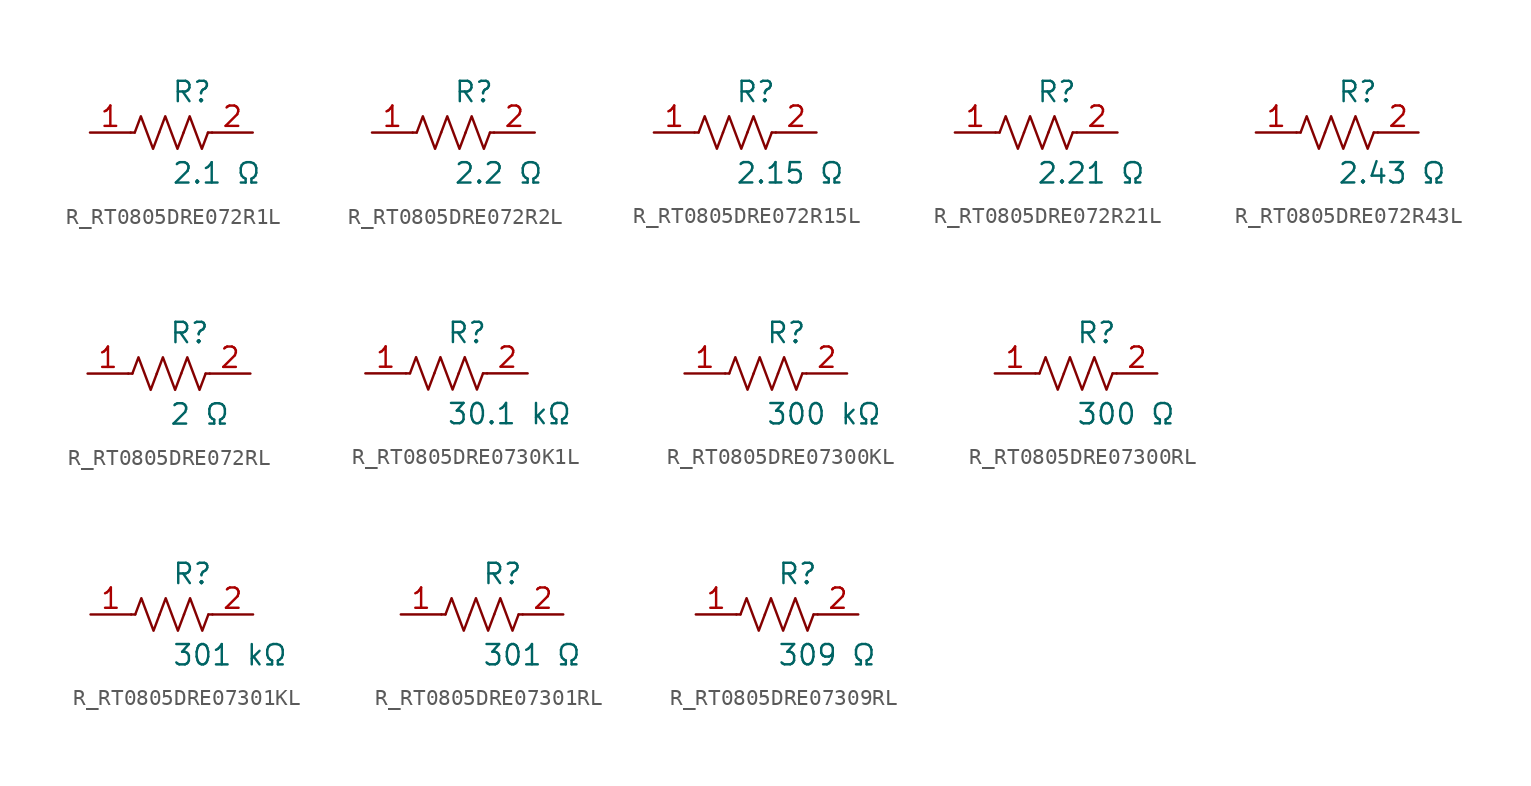
<source format=kicad_sym>
(kicad_symbol_lib
  (version 20231120)
  (generator kicad_symbol_editor)
  (generator_version 8.0)
  (symbol "R_RT0805DRE072R1L"
    (pin_names
      (offset 0.254))
    (property "Reference" "R"
      (at 0 2.54 0)
      (effects (font (size 1.27 1.27)) (justify left)))
    (property "Value" "2.1 Ω"
      (at 0 -2.54 0)
      (effects (font (size 1.27 1.27)) (justify left)))
    (symbol "R_RT0805DRE072R1L_0_1"
      (polyline (pts (xy 2.286 0) (xy 2.54 0)) (stroke (width 0) (type default)) (fill (type none)))
      (polyline (pts (xy -2.286 0) (xy -2.54 0)) (stroke (width 0) (type default)) (fill (type none)))
      (polyline (pts (xy 0.762 0) (xy 1.143 1.016) (xy 1.524 0) (xy 1.905 -1.016) (xy 2.286 0)) (stroke (width 0) (type default)) (fill (type none)))
      (polyline (pts (xy -0.762 0) (xy -0.381 1.016) (xy 0 0) (xy 0.381 -1.016) (xy 0.762 0)) (stroke (width 0) (type default)) (fill (type none)))
      (polyline (pts (xy -2.286 0) (xy -1.905 1.016) (xy -1.524 0) (xy -1.143 -1.016) (xy -0.762 0)) (stroke (width 0) (type default)) (fill (type none))))
    (pin passive line
      (at -5.08 0 0)
      (length 2.54)
      (name "" (effects (font (size 1.27 1.27))))
      (number "1" (effects (font (size 1.27 1.27)))))
    (pin passive line
      (at 5.08 0 180)
      (length 2.54)
      (name "" (effects (font (size 1.27 1.27))))
      (number "2" (effects (font (size 1.27 1.27))))))
  (symbol "R_RT0805DRE072R2L"
    (pin_names
      (offset 0.254))
    (property "Reference" "R"
      (at 0 2.54 0)
      (effects (font (size 1.27 1.27)) (justify left)))
    (property "Value" "2.2 Ω"
      (at 0 -2.54 0)
      (effects (font (size 1.27 1.27)) (justify left)))
    (symbol "R_RT0805DRE072R2L_0_1"
      (polyline (pts (xy 2.286 0) (xy 2.54 0)) (stroke (width 0) (type default)) (fill (type none)))
      (polyline (pts (xy -2.286 0) (xy -2.54 0)) (stroke (width 0) (type default)) (fill (type none)))
      (polyline (pts (xy 0.762 0) (xy 1.143 1.016) (xy 1.524 0) (xy 1.905 -1.016) (xy 2.286 0)) (stroke (width 0) (type default)) (fill (type none)))
      (polyline (pts (xy -0.762 0) (xy -0.381 1.016) (xy 0 0) (xy 0.381 -1.016) (xy 0.762 0)) (stroke (width 0) (type default)) (fill (type none)))
      (polyline (pts (xy -2.286 0) (xy -1.905 1.016) (xy -1.524 0) (xy -1.143 -1.016) (xy -0.762 0)) (stroke (width 0) (type default)) (fill (type none))))
    (pin passive line
      (at -5.08 0 0)
      (length 2.54)
      (name "" (effects (font (size 1.27 1.27))))
      (number "1" (effects (font (size 1.27 1.27)))))
    (pin passive line
      (at 5.08 0 180)
      (length 2.54)
      (name "" (effects (font (size 1.27 1.27))))
      (number "2" (effects (font (size 1.27 1.27))))))
  (symbol "R_RT0805DRE072R15L"
    (pin_names
      (offset 0.254))
    (property "Reference" "R"
      (at 0 2.54 0)
      (effects (font (size 1.27 1.27)) (justify left)))
    (property "Value" "2.15 Ω"
      (at 0 -2.54 0)
      (effects (font (size 1.27 1.27)) (justify left)))
    (symbol "R_RT0805DRE072R15L_0_1"
      (polyline (pts (xy 2.286 0) (xy 2.54 0)) (stroke (width 0) (type default)) (fill (type none)))
      (polyline (pts (xy -2.286 0) (xy -2.54 0)) (stroke (width 0) (type default)) (fill (type none)))
      (polyline (pts (xy 0.762 0) (xy 1.143 1.016) (xy 1.524 0) (xy 1.905 -1.016) (xy 2.286 0)) (stroke (width 0) (type default)) (fill (type none)))
      (polyline (pts (xy -0.762 0) (xy -0.381 1.016) (xy 0 0) (xy 0.381 -1.016) (xy 0.762 0)) (stroke (width 0) (type default)) (fill (type none)))
      (polyline (pts (xy -2.286 0) (xy -1.905 1.016) (xy -1.524 0) (xy -1.143 -1.016) (xy -0.762 0)) (stroke (width 0) (type default)) (fill (type none))))
    (pin passive line
      (at -5.08 0 0)
      (length 2.54)
      (name "" (effects (font (size 1.27 1.27))))
      (number "1" (effects (font (size 1.27 1.27)))))
    (pin passive line
      (at 5.08 0 180)
      (length 2.54)
      (name "" (effects (font (size 1.27 1.27))))
      (number "2" (effects (font (size 1.27 1.27))))))
  (symbol "R_RT0805DRE072R21L"
    (pin_names
      (offset 0.254))
    (property "Reference" "R"
      (at 0 2.54 0)
      (effects (font (size 1.27 1.27)) (justify left)))
    (property "Value" "2.21 Ω"
      (at 0 -2.54 0)
      (effects (font (size 1.27 1.27)) (justify left)))
    (symbol "R_RT0805DRE072R21L_0_1"
      (polyline (pts (xy 2.286 0) (xy 2.54 0)) (stroke (width 0) (type default)) (fill (type none)))
      (polyline (pts (xy -2.286 0) (xy -2.54 0)) (stroke (width 0) (type default)) (fill (type none)))
      (polyline (pts (xy 0.762 0) (xy 1.143 1.016) (xy 1.524 0) (xy 1.905 -1.016) (xy 2.286 0)) (stroke (width 0) (type default)) (fill (type none)))
      (polyline (pts (xy -0.762 0) (xy -0.381 1.016) (xy 0 0) (xy 0.381 -1.016) (xy 0.762 0)) (stroke (width 0) (type default)) (fill (type none)))
      (polyline (pts (xy -2.286 0) (xy -1.905 1.016) (xy -1.524 0) (xy -1.143 -1.016) (xy -0.762 0)) (stroke (width 0) (type default)) (fill (type none))))
    (pin passive line
      (at -5.08 0 0)
      (length 2.54)
      (name "" (effects (font (size 1.27 1.27))))
      (number "1" (effects (font (size 1.27 1.27)))))
    (pin passive line
      (at 5.08 0 180)
      (length 2.54)
      (name "" (effects (font (size 1.27 1.27))))
      (number "2" (effects (font (size 1.27 1.27))))))
  (symbol "R_RT0805DRE072R43L"
    (pin_names
      (offset 0.254))
    (property "Reference" "R"
      (at 0 2.54 0)
      (effects (font (size 1.27 1.27)) (justify left)))
    (property "Value" "2.43 Ω"
      (at 0 -2.54 0)
      (effects (font (size 1.27 1.27)) (justify left)))
    (symbol "R_RT0805DRE072R43L_0_1"
      (polyline (pts (xy 2.286 0) (xy 2.54 0)) (stroke (width 0) (type default)) (fill (type none)))
      (polyline (pts (xy -2.286 0) (xy -2.54 0)) (stroke (width 0) (type default)) (fill (type none)))
      (polyline (pts (xy 0.762 0) (xy 1.143 1.016) (xy 1.524 0) (xy 1.905 -1.016) (xy 2.286 0)) (stroke (width 0) (type default)) (fill (type none)))
      (polyline (pts (xy -0.762 0) (xy -0.381 1.016) (xy 0 0) (xy 0.381 -1.016) (xy 0.762 0)) (stroke (width 0) (type default)) (fill (type none)))
      (polyline (pts (xy -2.286 0) (xy -1.905 1.016) (xy -1.524 0) (xy -1.143 -1.016) (xy -0.762 0)) (stroke (width 0) (type default)) (fill (type none))))
    (pin passive line
      (at -5.08 0 0)
      (length 2.54)
      (name "" (effects (font (size 1.27 1.27))))
      (number "1" (effects (font (size 1.27 1.27)))))
    (pin passive line
      (at 5.08 0 180)
      (length 2.54)
      (name "" (effects (font (size 1.27 1.27))))
      (number "2" (effects (font (size 1.27 1.27))))))
  (symbol "R_RT0805DRE072RL"
    (pin_names
      (offset 0.254))
    (property "Reference" "R"
      (at 0 2.54 0)
      (effects (font (size 1.27 1.27)) (justify left)))
    (property "Value" "2 Ω"
      (at 0 -2.54 0)
      (effects (font (size 1.27 1.27)) (justify left)))
    (symbol "R_RT0805DRE072RL_0_1"
      (polyline (pts (xy 2.286 0) (xy 2.54 0)) (stroke (width 0) (type default)) (fill (type none)))
      (polyline (pts (xy -2.286 0) (xy -2.54 0)) (stroke (width 0) (type default)) (fill (type none)))
      (polyline (pts (xy 0.762 0) (xy 1.143 1.016) (xy 1.524 0) (xy 1.905 -1.016) (xy 2.286 0)) (stroke (width 0) (type default)) (fill (type none)))
      (polyline (pts (xy -0.762 0) (xy -0.381 1.016) (xy 0 0) (xy 0.381 -1.016) (xy 0.762 0)) (stroke (width 0) (type default)) (fill (type none)))
      (polyline (pts (xy -2.286 0) (xy -1.905 1.016) (xy -1.524 0) (xy -1.143 -1.016) (xy -0.762 0)) (stroke (width 0) (type default)) (fill (type none))))
    (pin passive line
      (at -5.08 0 0)
      (length 2.54)
      (name "" (effects (font (size 1.27 1.27))))
      (number "1" (effects (font (size 1.27 1.27)))))
    (pin passive line
      (at 5.08 0 180)
      (length 2.54)
      (name "" (effects (font (size 1.27 1.27))))
      (number "2" (effects (font (size 1.27 1.27))))))
  (symbol "R_RT0805DRE0730K1L"
    (pin_names
      (offset 0.254))
    (property "Reference" "R"
      (at 0 2.54 0)
      (effects (font (size 1.27 1.27)) (justify left)))
    (property "Value" "30.1 kΩ"
      (at 0 -2.54 0)
      (effects (font (size 1.27 1.27)) (justify left)))
    (symbol "R_RT0805DRE0730K1L_0_1"
      (polyline (pts (xy 2.286 0) (xy 2.54 0)) (stroke (width 0) (type default)) (fill (type none)))
      (polyline (pts (xy -2.286 0) (xy -2.54 0)) (stroke (width 0) (type default)) (fill (type none)))
      (polyline (pts (xy 0.762 0) (xy 1.143 1.016) (xy 1.524 0) (xy 1.905 -1.016) (xy 2.286 0)) (stroke (width 0) (type default)) (fill (type none)))
      (polyline (pts (xy -0.762 0) (xy -0.381 1.016) (xy 0 0) (xy 0.381 -1.016) (xy 0.762 0)) (stroke (width 0) (type default)) (fill (type none)))
      (polyline (pts (xy -2.286 0) (xy -1.905 1.016) (xy -1.524 0) (xy -1.143 -1.016) (xy -0.762 0)) (stroke (width 0) (type default)) (fill (type none))))
    (pin passive line
      (at -5.08 0 0)
      (length 2.54)
      (name "" (effects (font (size 1.27 1.27))))
      (number "1" (effects (font (size 1.27 1.27)))))
    (pin passive line
      (at 5.08 0 180)
      (length 2.54)
      (name "" (effects (font (size 1.27 1.27))))
      (number "2" (effects (font (size 1.27 1.27))))))
  (symbol "R_RT0805DRE07300KL"
    (pin_names
      (offset 0.254))
    (property "Reference" "R"
      (at 0 2.54 0)
      (effects (font (size 1.27 1.27)) (justify left)))
    (property "Value" "300 kΩ"
      (at 0 -2.54 0)
      (effects (font (size 1.27 1.27)) (justify left)))
    (symbol "R_RT0805DRE07300KL_0_1"
      (polyline (pts (xy 2.286 0) (xy 2.54 0)) (stroke (width 0) (type default)) (fill (type none)))
      (polyline (pts (xy -2.286 0) (xy -2.54 0)) (stroke (width 0) (type default)) (fill (type none)))
      (polyline (pts (xy 0.762 0) (xy 1.143 1.016) (xy 1.524 0) (xy 1.905 -1.016) (xy 2.286 0)) (stroke (width 0) (type default)) (fill (type none)))
      (polyline (pts (xy -0.762 0) (xy -0.381 1.016) (xy 0 0) (xy 0.381 -1.016) (xy 0.762 0)) (stroke (width 0) (type default)) (fill (type none)))
      (polyline (pts (xy -2.286 0) (xy -1.905 1.016) (xy -1.524 0) (xy -1.143 -1.016) (xy -0.762 0)) (stroke (width 0) (type default)) (fill (type none))))
    (pin passive line
      (at -5.08 0 0)
      (length 2.54)
      (name "" (effects (font (size 1.27 1.27))))
      (number "1" (effects (font (size 1.27 1.27)))))
    (pin passive line
      (at 5.08 0 180)
      (length 2.54)
      (name "" (effects (font (size 1.27 1.27))))
      (number "2" (effects (font (size 1.27 1.27))))))
  (symbol "R_RT0805DRE07300RL"
    (pin_names
      (offset 0.254))
    (property "Reference" "R"
      (at 0 2.54 0)
      (effects (font (size 1.27 1.27)) (justify left)))
    (property "Value" "300 Ω"
      (at 0 -2.54 0)
      (effects (font (size 1.27 1.27)) (justify left)))
    (symbol "R_RT0805DRE07300RL_0_1"
      (polyline (pts (xy 2.286 0) (xy 2.54 0)) (stroke (width 0) (type default)) (fill (type none)))
      (polyline (pts (xy -2.286 0) (xy -2.54 0)) (stroke (width 0) (type default)) (fill (type none)))
      (polyline (pts (xy 0.762 0) (xy 1.143 1.016) (xy 1.524 0) (xy 1.905 -1.016) (xy 2.286 0)) (stroke (width 0) (type default)) (fill (type none)))
      (polyline (pts (xy -0.762 0) (xy -0.381 1.016) (xy 0 0) (xy 0.381 -1.016) (xy 0.762 0)) (stroke (width 0) (type default)) (fill (type none)))
      (polyline (pts (xy -2.286 0) (xy -1.905 1.016) (xy -1.524 0) (xy -1.143 -1.016) (xy -0.762 0)) (stroke (width 0) (type default)) (fill (type none))))
    (pin passive line
      (at -5.08 0 0)
      (length 2.54)
      (name "" (effects (font (size 1.27 1.27))))
      (number "1" (effects (font (size 1.27 1.27)))))
    (pin passive line
      (at 5.08 0 180)
      (length 2.54)
      (name "" (effects (font (size 1.27 1.27))))
      (number "2" (effects (font (size 1.27 1.27))))))
  (symbol "R_RT0805DRE07301KL"
    (pin_names
      (offset 0.254))
    (property "Reference" "R"
      (at 0 2.54 0)
      (effects (font (size 1.27 1.27)) (justify left)))
    (property "Value" "301 kΩ"
      (at 0 -2.54 0)
      (effects (font (size 1.27 1.27)) (justify left)))
    (symbol "R_RT0805DRE07301KL_0_1"
      (polyline (pts (xy 2.286 0) (xy 2.54 0)) (stroke (width 0) (type default)) (fill (type none)))
      (polyline (pts (xy -2.286 0) (xy -2.54 0)) (stroke (width 0) (type default)) (fill (type none)))
      (polyline (pts (xy 0.762 0) (xy 1.143 1.016) (xy 1.524 0) (xy 1.905 -1.016) (xy 2.286 0)) (stroke (width 0) (type default)) (fill (type none)))
      (polyline (pts (xy -0.762 0) (xy -0.381 1.016) (xy 0 0) (xy 0.381 -1.016) (xy 0.762 0)) (stroke (width 0) (type default)) (fill (type none)))
      (polyline (pts (xy -2.286 0) (xy -1.905 1.016) (xy -1.524 0) (xy -1.143 -1.016) (xy -0.762 0)) (stroke (width 0) (type default)) (fill (type none))))
    (pin passive line
      (at -5.08 0 0)
      (length 2.54)
      (name "" (effects (font (size 1.27 1.27))))
      (number "1" (effects (font (size 1.27 1.27)))))
    (pin passive line
      (at 5.08 0 180)
      (length 2.54)
      (name "" (effects (font (size 1.27 1.27))))
      (number "2" (effects (font (size 1.27 1.27))))))
  (symbol "R_RT0805DRE07301RL"
    (pin_names
      (offset 0.254))
    (property "Reference" "R"
      (at 0 2.54 0)
      (effects (font (size 1.27 1.27)) (justify left)))
    (property "Value" "301 Ω"
      (at 0 -2.54 0)
      (effects (font (size 1.27 1.27)) (justify left)))
    (symbol "R_RT0805DRE07301RL_0_1"
      (polyline (pts (xy 2.286 0) (xy 2.54 0)) (stroke (width 0) (type default)) (fill (type none)))
      (polyline (pts (xy -2.286 0) (xy -2.54 0)) (stroke (width 0) (type default)) (fill (type none)))
      (polyline (pts (xy 0.762 0) (xy 1.143 1.016) (xy 1.524 0) (xy 1.905 -1.016) (xy 2.286 0)) (stroke (width 0) (type default)) (fill (type none)))
      (polyline (pts (xy -0.762 0) (xy -0.381 1.016) (xy 0 0) (xy 0.381 -1.016) (xy 0.762 0)) (stroke (width 0) (type default)) (fill (type none)))
      (polyline (pts (xy -2.286 0) (xy -1.905 1.016) (xy -1.524 0) (xy -1.143 -1.016) (xy -0.762 0)) (stroke (width 0) (type default)) (fill (type none))))
    (pin passive line
      (at -5.08 0 0)
      (length 2.54)
      (name "" (effects (font (size 1.27 1.27))))
      (number "1" (effects (font (size 1.27 1.27)))))
    (pin passive line
      (at 5.08 0 180)
      (length 2.54)
      (name "" (effects (font (size 1.27 1.27))))
      (number "2" (effects (font (size 1.27 1.27))))))
  (symbol "R_RT0805DRE07309RL"
    (pin_names
      (offset 0.254))
    (property "Reference" "R"
      (at 0 2.54 0)
      (effects (font (size 1.27 1.27)) (justify left)))
    (property "Value" "309 Ω"
      (at 0 -2.54 0)
      (effects (font (size 1.27 1.27)) (justify left)))
    (symbol "R_RT0805DRE07309RL_0_1"
      (polyline (pts (xy 2.286 0) (xy 2.54 0)) (stroke (width 0) (type default)) (fill (type none)))
      (polyline (pts (xy -2.286 0) (xy -2.54 0)) (stroke (width 0) (type default)) (fill (type none)))
      (polyline (pts (xy 0.762 0) (xy 1.143 1.016) (xy 1.524 0) (xy 1.905 -1.016) (xy 2.286 0)) (stroke (width 0) (type default)) (fill (type none)))
      (polyline (pts (xy -0.762 0) (xy -0.381 1.016) (xy 0 0) (xy 0.381 -1.016) (xy 0.762 0)) (stroke (width 0) (type default)) (fill (type none)))
      (polyline (pts (xy -2.286 0) (xy -1.905 1.016) (xy -1.524 0) (xy -1.143 -1.016) (xy -0.762 0)) (stroke (width 0) (type default)) (fill (type none))))
    (pin passive line
      (at -5.08 0 0)
      (length 2.54)
      (name "" (effects (font (size 1.27 1.27))))
      (number "1" (effects (font (size 1.27 1.27)))))
    (pin passive line
      (at 5.08 0 180)
      (length 2.54)
      (name "" (effects (font (size 1.27 1.27))))
      (number "2" (effects (font (size 1.27 1.27)))))))
</source>
